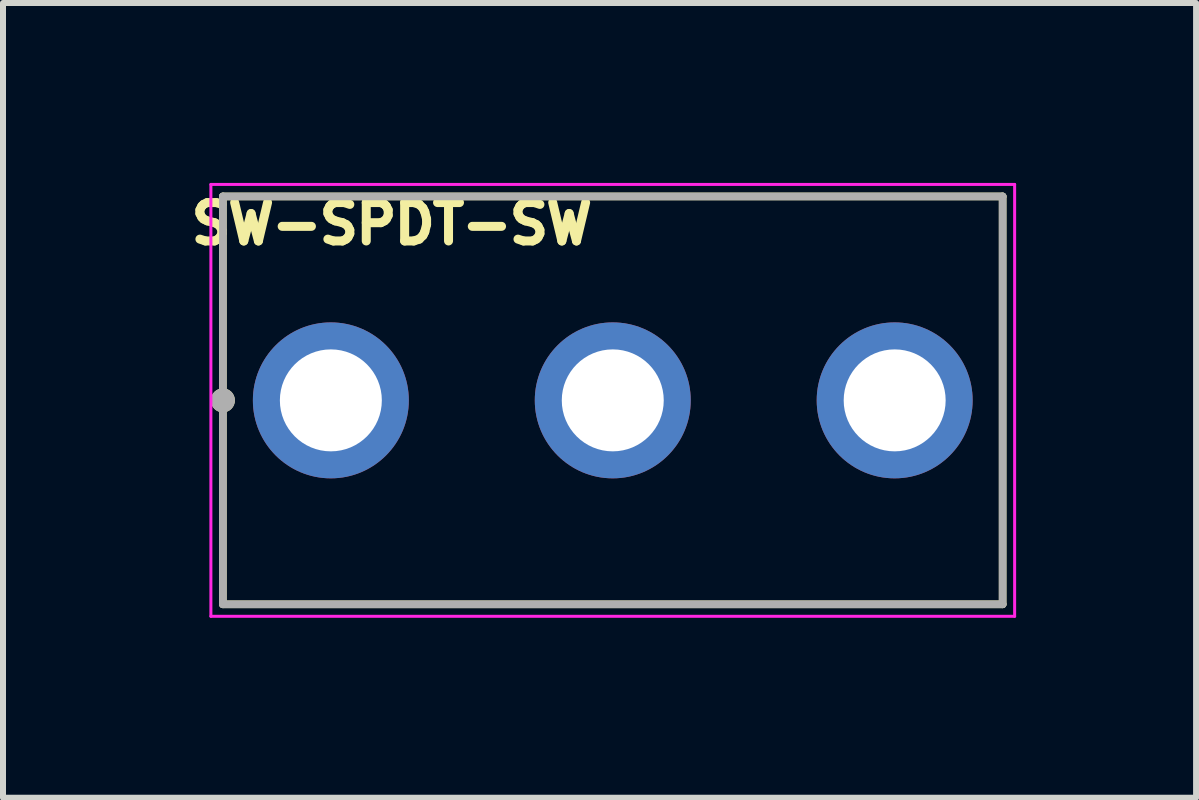
<source format=kicad_pcb>
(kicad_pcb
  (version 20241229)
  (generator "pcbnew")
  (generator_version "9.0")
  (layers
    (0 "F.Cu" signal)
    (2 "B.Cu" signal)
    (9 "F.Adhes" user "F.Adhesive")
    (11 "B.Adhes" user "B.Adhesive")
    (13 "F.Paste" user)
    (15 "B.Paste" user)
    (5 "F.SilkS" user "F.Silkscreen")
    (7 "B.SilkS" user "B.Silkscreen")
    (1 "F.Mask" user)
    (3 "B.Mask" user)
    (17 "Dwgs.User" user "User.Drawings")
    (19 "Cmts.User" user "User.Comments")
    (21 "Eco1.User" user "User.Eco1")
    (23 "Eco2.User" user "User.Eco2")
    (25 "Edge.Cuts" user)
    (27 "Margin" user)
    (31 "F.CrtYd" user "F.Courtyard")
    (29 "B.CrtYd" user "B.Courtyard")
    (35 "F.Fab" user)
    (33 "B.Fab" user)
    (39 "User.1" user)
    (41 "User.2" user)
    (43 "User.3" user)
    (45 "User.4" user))
  (footprint "SW-SPDT-SW"
    (layer "F.Cu")
    (at 7.166 3.625)
    (property "Reference" "SW-SPDT-SW" (at -3.683 -2.946 0) (layer "F.SilkS") (effects (font (size 0.64 0.64) (thickness 0.15))))
    (attr through_hole)
    (fp_line (start -6.5 3.4) (end -6.5 -3.4) (stroke (width 0.127) (type solid)) (layer "F.SilkS"))
    (fp_line (start 6.5 -3.4) (end -6.5 -3.4) (stroke (width 0.127) (type solid)) (layer "F.SilkS"))
    (fp_line (start 6.5 3.4) (end -6.5 3.4) (stroke (width 0.127) (type solid)) (layer "F.SilkS"))
    (fp_line (start 6.5 3.4) (end 6.5 -3.4) (stroke (width 0.127) (type solid)) (layer "F.SilkS"))
    (fp_circle (center -6.5 0) (end -6.4 0) (stroke (width 0.2) (type solid)) (fill no) (layer "F.SilkS"))
    (fp_line (start -6.7 -3.6) (end -6.7 3.6) (stroke (width 0.05) (type solid)) (layer "F.CrtYd"))
    (fp_line (start 6.7 -3.6) (end -6.7 -3.6) (stroke (width 0.05) (type solid)) (layer "F.CrtYd"))
    (fp_line (start 6.7 -3.6) (end 6.7 3.6) (stroke (width 0.05) (type solid)) (layer "F.CrtYd"))
    (fp_line (start 6.7 3.6) (end -6.7 3.6) (stroke (width 0.05) (type solid)) (layer "F.CrtYd"))
    (fp_line (start -6.5 -3.4) (end 6.5 -3.4) (stroke (width 0.127) (type solid)) (layer "F.Fab"))
    (fp_line (start -6.5 3.4) (end -6.5 -3.4) (stroke (width 0.127) (type solid)) (layer "F.Fab"))
    (fp_line (start -6.5 3.4) (end 6.5 3.4) (stroke (width 0.127) (type solid)) (layer "F.Fab"))
    (fp_line (start 6.5 3.4) (end 6.5 -3.4) (stroke (width 0.127) (type solid)) (layer "F.Fab"))
    (fp_circle (center -6.5 0) (end -6.4 0) (stroke (width 0.2) (type solid)) (fill no) (layer "F.Fab"))
    (pad "1" thru_hole circle (at -4.7 0) (size 2.6 2.6) (drill 1.7) (layers "*.Cu" "*.Mask"))
    (pad "2" thru_hole circle (at 0 0) (size 2.6 2.6) (drill 1.7) (layers "*.Cu" "*.Mask"))
    (pad "3" thru_hole circle (at 4.7 0) (size 2.6 2.6) (drill 1.7) (layers "*.Cu" "*.Mask")))
  (gr_rect
    (start -3 -3)
    (end 16.891 10.25)
    (stroke (width 0.1) (type default))
    (fill no)
    (layer "Edge.Cuts")))
</source>
